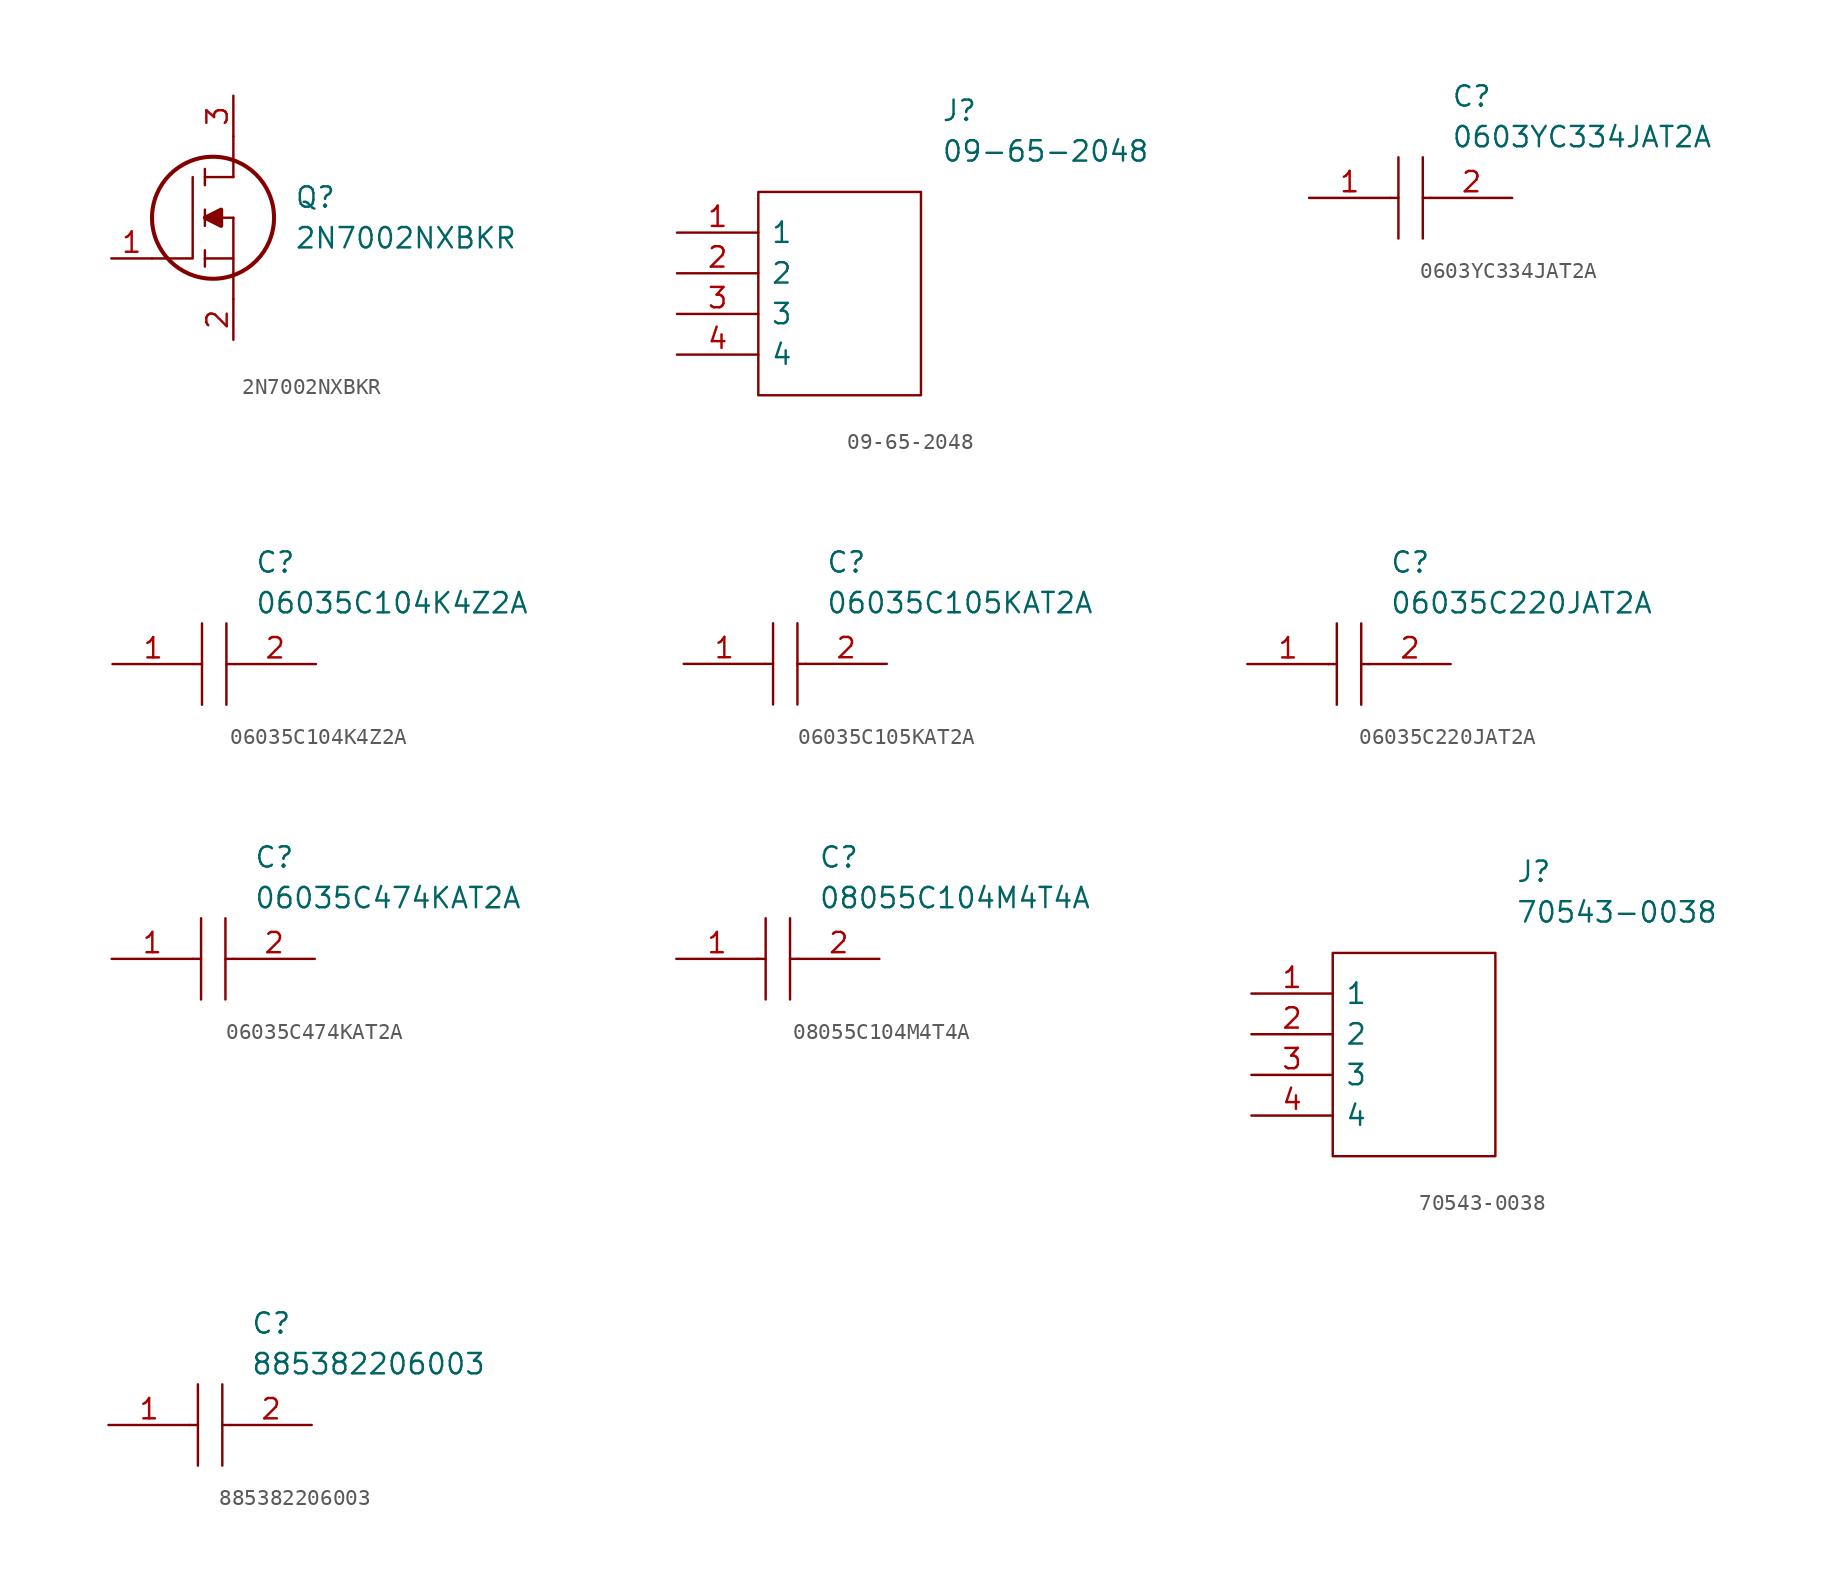
<source format=kicad_sym>
(kicad_symbol_lib
  (version 20211014)
  (generator kicad_symbol_editor)
  (symbol "2N7002NXBKR"
    (pin_names
      (offset 0.762))
    (property "Reference" "Q"
      (at 11.43 3.81 0)
      (effects (font (size 1.27 1.27)) (justify left)))
    (property "Value" "2N7002NXBKR"
      (at 11.43 1.27 0)
      (effects (font (size 1.27 1.27)) (justify left)))
    (symbol "2N7002NXBKR_0_0"
      (pin passive line (at 0 0 0) (length 2.54) (name "~" (effects (font (size 1.27 1.27)))) (number "1" (effects (font (size 1.27 1.27)))))
      (pin passive line (at 7.62 -5.08 90) (length 2.54) (name "~" (effects (font (size 1.27 1.27)))) (number "2" (effects (font (size 1.27 1.27)))))
      (pin passive line (at 7.62 10.16 270) (length 2.54) (name "~" (effects (font (size 1.27 1.27)))) (number "3" (effects (font (size 1.27 1.27))))))
    (symbol "2N7002NXBKR_0_1"
      (polyline (pts (xy 5.842 -0.508) (xy 5.842 0.508)) (stroke (width 0.152) (type default) (color 0 0 0 0)) (fill (type none)))
      (polyline (pts (xy 5.842 0) (xy 7.62 0)) (stroke (width 0.152) (type default) (color 0 0 0 0)) (fill (type none)))
      (polyline (pts (xy 5.842 2.032) (xy 5.842 3.048)) (stroke (width 0.152) (type default) (color 0 0 0 0)) (fill (type none)))
      (polyline (pts (xy 5.842 5.588) (xy 5.842 4.572)) (stroke (width 0.152) (type default) (color 0 0 0 0)) (fill (type none)))
      (polyline (pts (xy 7.62 2.54) (xy 5.842 2.54)) (stroke (width 0.152) (type default) (color 0 0 0 0)) (fill (type none)))
      (polyline (pts (xy 7.62 2.54) (xy 7.62 -2.54)) (stroke (width 0.152) (type default) (color 0 0 0 0)) (fill (type none)))
      (polyline (pts (xy 7.62 5.08) (xy 5.842 5.08)) (stroke (width 0.152) (type default) (color 0 0 0 0)) (fill (type none)))
      (polyline (pts (xy 7.62 5.08) (xy 7.62 7.62)) (stroke (width 0.152) (type default) (color 0 0 0 0)) (fill (type none)))
      (polyline (pts (xy 2.54 0) (xy 5.08 0) (xy 5.08 5.08)) (stroke (width 0.152) (type default) (color 0 0 0 0)) (fill (type none)))
      (polyline (pts (xy 5.842 2.54) (xy 6.858 3.048) (xy 6.858 2.032) (xy 5.842 2.54)) (stroke (width 0.254) (type default) (color 0 0 0 0)) (fill (type outline)))
      (circle (center 6.35 2.54) (radius 3.81) (stroke (width 0.254) (type default) (color 0 0 0 0)) (fill (type none)))))
  (symbol "09-65-2048"
    (pin_names
      (offset 0.762))
    (property "Reference" "J"
      (at 16.51 7.62 0)
      (effects (font (size 1.27 1.27)) (justify left)))
    (property "Value" "09-65-2048"
      (at 16.51 5.08 0)
      (effects (font (size 1.27 1.27)) (justify left)))
    (symbol "09-65-2048_0_0"
      (pin passive line (at 0 0 0) (length 5.08) (name "1" (effects (font (size 1.27 1.27)))) (number "1" (effects (font (size 1.27 1.27)))))
      (pin passive line (at 0 -2.54 0) (length 5.08) (name "2" (effects (font (size 1.27 1.27)))) (number "2" (effects (font (size 1.27 1.27)))))
      (pin passive line (at 0 -5.08 0) (length 5.08) (name "3" (effects (font (size 1.27 1.27)))) (number "3" (effects (font (size 1.27 1.27)))))
      (pin passive line (at 0 -7.62 0) (length 5.08) (name "4" (effects (font (size 1.27 1.27)))) (number "4" (effects (font (size 1.27 1.27))))))
    (symbol "09-65-2048_0_1"
      (polyline (pts (xy 5.08 2.54) (xy 15.24 2.54) (xy 15.24 -10.16) (xy 5.08 -10.16) (xy 5.08 2.54)) (stroke (width 0.152) (type default) (color 0 0 0 0)) (fill (type none)))))
  (symbol "0603YC334JAT2A"
    (pin_names
      (offset 0.762))
    (property "Reference" "C"
      (at 8.89 6.35 0)
      (effects (font (size 1.27 1.27)) (justify left)))
    (property "Value" "0603YC334JAT2A"
      (at 8.89 3.81 0)
      (effects (font (size 1.27 1.27)) (justify left)))
    (symbol "0603YC334JAT2A_0_0"
      (pin passive line (at 0 0 0) (length 5.08) (name "~" (effects (font (size 1.27 1.27)))) (number "1" (effects (font (size 1.27 1.27)))))
      (pin passive line (at 12.7 0 180) (length 5.08) (name "~" (effects (font (size 1.27 1.27)))) (number "2" (effects (font (size 1.27 1.27))))))
    (symbol "0603YC334JAT2A_0_1"
      (polyline (pts (xy 5.08 0) (xy 5.588 0)) (stroke (width 0.152) (type default) (color 0 0 0 0)) (fill (type none)))
      (polyline (pts (xy 5.588 2.54) (xy 5.588 -2.54)) (stroke (width 0.152) (type default) (color 0 0 0 0)) (fill (type none)))
      (polyline (pts (xy 7.112 0) (xy 7.62 0)) (stroke (width 0.152) (type default) (color 0 0 0 0)) (fill (type none)))
      (polyline (pts (xy 7.112 2.54) (xy 7.112 -2.54)) (stroke (width 0.152) (type default) (color 0 0 0 0)) (fill (type none)))))
  (symbol "06035C104K4Z2A"
    (pin_names
      (offset 0.762))
    (property "Reference" "C"
      (at 8.89 6.35 0)
      (effects (font (size 1.27 1.27)) (justify left)))
    (property "Value" "06035C104K4Z2A"
      (at 8.89 3.81 0)
      (effects (font (size 1.27 1.27)) (justify left)))
    (symbol "06035C104K4Z2A_0_0"
      (pin passive line (at 0 0 0) (length 5.08) (name "~" (effects (font (size 1.27 1.27)))) (number "1" (effects (font (size 1.27 1.27)))))
      (pin passive line (at 12.7 0 180) (length 5.08) (name "~" (effects (font (size 1.27 1.27)))) (number "2" (effects (font (size 1.27 1.27))))))
    (symbol "06035C104K4Z2A_0_1"
      (polyline (pts (xy 5.08 0) (xy 5.588 0)) (stroke (width 0.152) (type default) (color 0 0 0 0)) (fill (type none)))
      (polyline (pts (xy 5.588 2.54) (xy 5.588 -2.54)) (stroke (width 0.152) (type default) (color 0 0 0 0)) (fill (type none)))
      (polyline (pts (xy 7.112 0) (xy 7.62 0)) (stroke (width 0.152) (type default) (color 0 0 0 0)) (fill (type none)))
      (polyline (pts (xy 7.112 2.54) (xy 7.112 -2.54)) (stroke (width 0.152) (type default) (color 0 0 0 0)) (fill (type none)))))
  (symbol "06035C105KAT2A"
    (pin_names
      (offset 0.762))
    (property "Reference" "C"
      (at 8.89 6.35 0)
      (effects (font (size 1.27 1.27)) (justify left)))
    (property "Value" "06035C105KAT2A"
      (at 8.89 3.81 0)
      (effects (font (size 1.27 1.27)) (justify left)))
    (symbol "06035C105KAT2A_0_0"
      (pin passive line (at 0 0 0) (length 5.08) (name "~" (effects (font (size 1.27 1.27)))) (number "1" (effects (font (size 1.27 1.27)))))
      (pin passive line (at 12.7 0 180) (length 5.08) (name "~" (effects (font (size 1.27 1.27)))) (number "2" (effects (font (size 1.27 1.27))))))
    (symbol "06035C105KAT2A_0_1"
      (polyline (pts (xy 5.08 0) (xy 5.588 0)) (stroke (width 0.152) (type default) (color 0 0 0 0)) (fill (type none)))
      (polyline (pts (xy 5.588 2.54) (xy 5.588 -2.54)) (stroke (width 0.152) (type default) (color 0 0 0 0)) (fill (type none)))
      (polyline (pts (xy 7.112 0) (xy 7.62 0)) (stroke (width 0.152) (type default) (color 0 0 0 0)) (fill (type none)))
      (polyline (pts (xy 7.112 2.54) (xy 7.112 -2.54)) (stroke (width 0.152) (type default) (color 0 0 0 0)) (fill (type none)))))
  (symbol "06035C220JAT2A"
    (pin_names
      (offset 0.762))
    (property "Reference" "C"
      (at 8.89 6.35 0)
      (effects (font (size 1.27 1.27)) (justify left)))
    (property "Value" "06035C220JAT2A"
      (at 8.89 3.81 0)
      (effects (font (size 1.27 1.27)) (justify left)))
    (symbol "06035C220JAT2A_0_0"
      (pin passive line (at 0 0 0) (length 5.08) (name "~" (effects (font (size 1.27 1.27)))) (number "1" (effects (font (size 1.27 1.27)))))
      (pin passive line (at 12.7 0 180) (length 5.08) (name "~" (effects (font (size 1.27 1.27)))) (number "2" (effects (font (size 1.27 1.27))))))
    (symbol "06035C220JAT2A_0_1"
      (polyline (pts (xy 5.08 0) (xy 5.588 0)) (stroke (width 0.152) (type default) (color 0 0 0 0)) (fill (type none)))
      (polyline (pts (xy 5.588 2.54) (xy 5.588 -2.54)) (stroke (width 0.152) (type default) (color 0 0 0 0)) (fill (type none)))
      (polyline (pts (xy 7.112 0) (xy 7.62 0)) (stroke (width 0.152) (type default) (color 0 0 0 0)) (fill (type none)))
      (polyline (pts (xy 7.112 2.54) (xy 7.112 -2.54)) (stroke (width 0.152) (type default) (color 0 0 0 0)) (fill (type none)))))
  (symbol "06035C474KAT2A"
    (pin_names
      (offset 0.762))
    (property "Reference" "C"
      (at 8.89 6.35 0)
      (effects (font (size 1.27 1.27)) (justify left)))
    (property "Value" "06035C474KAT2A"
      (at 8.89 3.81 0)
      (effects (font (size 1.27 1.27)) (justify left)))
    (symbol "06035C474KAT2A_0_0"
      (pin passive line (at 0 0 0) (length 5.08) (name "~" (effects (font (size 1.27 1.27)))) (number "1" (effects (font (size 1.27 1.27)))))
      (pin passive line (at 12.7 0 180) (length 5.08) (name "~" (effects (font (size 1.27 1.27)))) (number "2" (effects (font (size 1.27 1.27))))))
    (symbol "06035C474KAT2A_0_1"
      (polyline (pts (xy 5.08 0) (xy 5.588 0)) (stroke (width 0.152) (type default) (color 0 0 0 0)) (fill (type none)))
      (polyline (pts (xy 5.588 2.54) (xy 5.588 -2.54)) (stroke (width 0.152) (type default) (color 0 0 0 0)) (fill (type none)))
      (polyline (pts (xy 7.112 0) (xy 7.62 0)) (stroke (width 0.152) (type default) (color 0 0 0 0)) (fill (type none)))
      (polyline (pts (xy 7.112 2.54) (xy 7.112 -2.54)) (stroke (width 0.152) (type default) (color 0 0 0 0)) (fill (type none)))))
  (symbol "08055C104M4T4A"
    (pin_names
      (offset 0.762))
    (property "Reference" "C"
      (at 8.89 6.35 0)
      (effects (font (size 1.27 1.27)) (justify left)))
    (property "Value" "08055C104M4T4A"
      (at 8.89 3.81 0)
      (effects (font (size 1.27 1.27)) (justify left)))
    (symbol "08055C104M4T4A_0_0"
      (pin passive line (at 0 0 0) (length 5.08) (name "~" (effects (font (size 1.27 1.27)))) (number "1" (effects (font (size 1.27 1.27)))))
      (pin passive line (at 12.7 0 180) (length 5.08) (name "~" (effects (font (size 1.27 1.27)))) (number "2" (effects (font (size 1.27 1.27))))))
    (symbol "08055C104M4T4A_0_1"
      (polyline (pts (xy 5.08 0) (xy 5.588 0)) (stroke (width 0.152) (type default) (color 0 0 0 0)) (fill (type none)))
      (polyline (pts (xy 5.588 2.54) (xy 5.588 -2.54)) (stroke (width 0.152) (type default) (color 0 0 0 0)) (fill (type none)))
      (polyline (pts (xy 7.112 0) (xy 7.62 0)) (stroke (width 0.152) (type default) (color 0 0 0 0)) (fill (type none)))
      (polyline (pts (xy 7.112 2.54) (xy 7.112 -2.54)) (stroke (width 0.152) (type default) (color 0 0 0 0)) (fill (type none)))))
  (symbol "70543-0038"
    (pin_names
      (offset 0.762))
    (property "Reference" "J"
      (at 16.51 7.62 0)
      (effects (font (size 1.27 1.27)) (justify left)))
    (property "Value" "70543-0038"
      (at 16.51 5.08 0)
      (effects (font (size 1.27 1.27)) (justify left)))
    (symbol "70543-0038_0_0"
      (pin passive line (at 0 0 0) (length 5.08) (name "1" (effects (font (size 1.27 1.27)))) (number "1" (effects (font (size 1.27 1.27)))))
      (pin passive line (at 0 -2.54 0) (length 5.08) (name "2" (effects (font (size 1.27 1.27)))) (number "2" (effects (font (size 1.27 1.27)))))
      (pin passive line (at 0 -5.08 0) (length 5.08) (name "3" (effects (font (size 1.27 1.27)))) (number "3" (effects (font (size 1.27 1.27)))))
      (pin passive line (at 0 -7.62 0) (length 5.08) (name "4" (effects (font (size 1.27 1.27)))) (number "4" (effects (font (size 1.27 1.27))))))
    (symbol "70543-0038_0_1"
      (polyline (pts (xy 5.08 2.54) (xy 15.24 2.54) (xy 15.24 -10.16) (xy 5.08 -10.16) (xy 5.08 2.54)) (stroke (width 0.152) (type default) (color 0 0 0 0)) (fill (type none)))))
  (symbol "885382206003"
    (pin_names
      (offset 0.762))
    (property "Reference" "C"
      (at 8.89 6.35 0)
      (effects (font (size 1.27 1.27)) (justify left)))
    (property "Value" "885382206003"
      (at 8.89 3.81 0)
      (effects (font (size 1.27 1.27)) (justify left)))
    (symbol "885382206003_0_0"
      (pin passive line (at 0 0 0) (length 5.08) (name "~" (effects (font (size 1.27 1.27)))) (number "1" (effects (font (size 1.27 1.27)))))
      (pin passive line (at 12.7 0 180) (length 5.08) (name "~" (effects (font (size 1.27 1.27)))) (number "2" (effects (font (size 1.27 1.27))))))
    (symbol "885382206003_0_1"
      (polyline (pts (xy 5.08 0) (xy 5.588 0)) (stroke (width 0.152) (type default) (color 0 0 0 0)) (fill (type none)))
      (polyline (pts (xy 5.588 2.54) (xy 5.588 -2.54)) (stroke (width 0.152) (type default) (color 0 0 0 0)) (fill (type none)))
      (polyline (pts (xy 7.112 0) (xy 7.62 0)) (stroke (width 0.152) (type default) (color 0 0 0 0)) (fill (type none)))
      (polyline (pts (xy 7.112 2.54) (xy 7.112 -2.54)) (stroke (width 0.152) (type default) (color 0 0 0 0)) (fill (type none))))))
</source>
